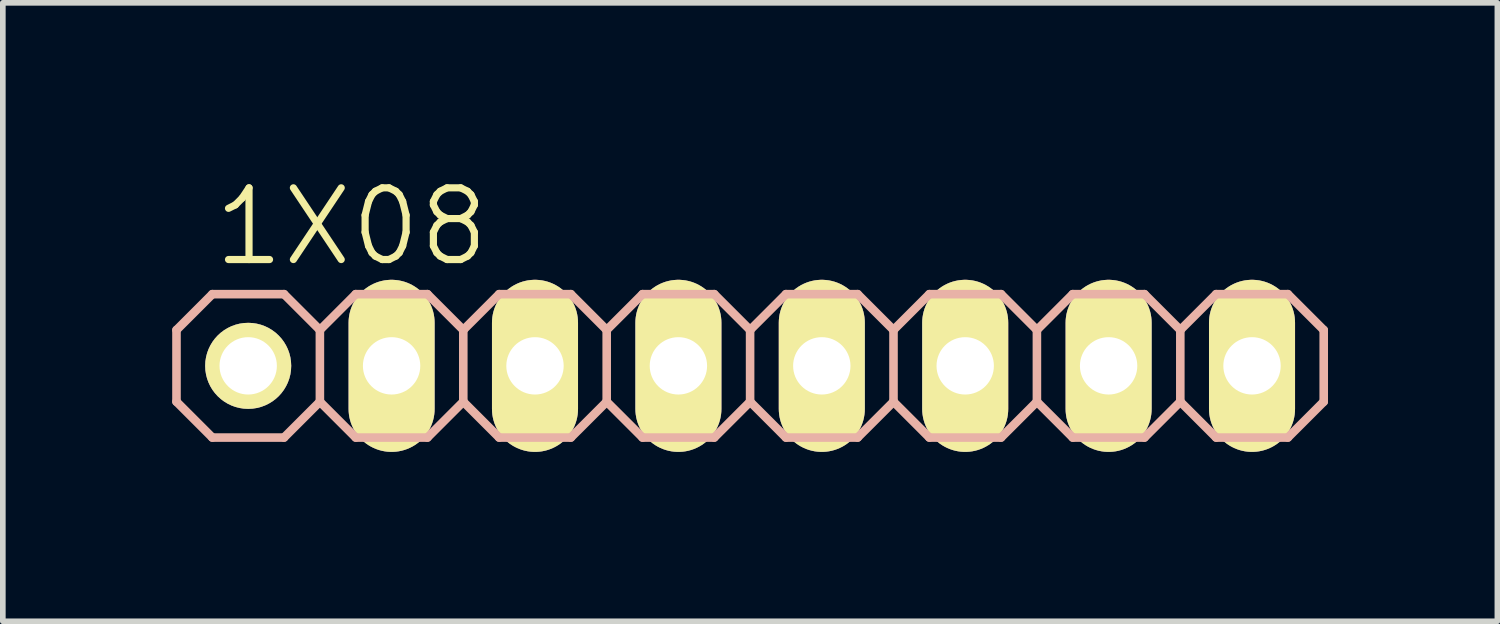
<source format=kicad_pcb>
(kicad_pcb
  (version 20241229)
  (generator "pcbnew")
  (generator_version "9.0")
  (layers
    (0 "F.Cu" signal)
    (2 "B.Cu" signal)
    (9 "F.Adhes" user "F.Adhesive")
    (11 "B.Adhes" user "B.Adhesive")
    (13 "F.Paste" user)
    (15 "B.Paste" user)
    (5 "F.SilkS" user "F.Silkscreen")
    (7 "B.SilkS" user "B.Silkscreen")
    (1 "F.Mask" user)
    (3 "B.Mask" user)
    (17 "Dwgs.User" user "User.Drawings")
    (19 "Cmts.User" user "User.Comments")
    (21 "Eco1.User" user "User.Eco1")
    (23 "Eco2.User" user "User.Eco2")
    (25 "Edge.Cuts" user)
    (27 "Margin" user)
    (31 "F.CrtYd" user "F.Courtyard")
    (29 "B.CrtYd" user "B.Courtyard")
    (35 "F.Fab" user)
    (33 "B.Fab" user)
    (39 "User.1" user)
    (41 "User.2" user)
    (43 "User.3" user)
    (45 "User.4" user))
  (footprint "1X08"
    (layer "F.Cu")
    (at 10.236 3.43)
    (property "Reference" "1X08" (at -7.061 -2.464 0) (layer "F.SilkS") (effects (font (size 1.27 1.27) (thickness 0.127))))
    (attr exclude_from_pos_files exclude_from_bom)
    (fp_line (start -9.144 -0.254) (end -8.636 -0.254) (stroke (width 0.066) (type solid)) (layer "F.SilkS"))
    (fp_line (start -9.144 0.254) (end -9.144 -0.254) (stroke (width 0.066) (type solid)) (layer "F.SilkS"))
    (fp_line (start -9.144 0.254) (end -8.636 0.254) (stroke (width 0.066) (type solid)) (layer "F.SilkS"))
    (fp_line (start -8.636 0.254) (end -8.636 -0.254) (stroke (width 0.066) (type solid)) (layer "F.SilkS"))
    (fp_line (start -6.604 -0.254) (end -6.096 -0.254) (stroke (width 0.066) (type solid)) (layer "F.SilkS"))
    (fp_line (start -6.604 0.254) (end -6.604 -0.254) (stroke (width 0.066) (type solid)) (layer "F.SilkS"))
    (fp_line (start -6.604 0.254) (end -6.096 0.254) (stroke (width 0.066) (type solid)) (layer "F.SilkS"))
    (fp_line (start -6.096 0.254) (end -6.096 -0.254) (stroke (width 0.066) (type solid)) (layer "F.SilkS"))
    (fp_line (start -4.064 -0.254) (end -3.556 -0.254) (stroke (width 0.066) (type solid)) (layer "F.SilkS"))
    (fp_line (start -4.064 0.254) (end -4.064 -0.254) (stroke (width 0.066) (type solid)) (layer "F.SilkS"))
    (fp_line (start -4.064 0.254) (end -3.556 0.254) (stroke (width 0.066) (type solid)) (layer "F.SilkS"))
    (fp_line (start -3.556 0.254) (end -3.556 -0.254) (stroke (width 0.066) (type solid)) (layer "F.SilkS"))
    (fp_line (start -1.524 -0.254) (end -1.016 -0.254) (stroke (width 0.066) (type solid)) (layer "F.SilkS"))
    (fp_line (start -1.524 0.254) (end -1.524 -0.254) (stroke (width 0.066) (type solid)) (layer "F.SilkS"))
    (fp_line (start -1.524 0.254) (end -1.016 0.254) (stroke (width 0.066) (type solid)) (layer "F.SilkS"))
    (fp_line (start -1.016 0.254) (end -1.016 -0.254) (stroke (width 0.066) (type solid)) (layer "F.SilkS"))
    (fp_line (start 1.016 -0.254) (end 1.524 -0.254) (stroke (width 0.066) (type solid)) (layer "F.SilkS"))
    (fp_line (start 1.016 0.254) (end 1.016 -0.254) (stroke (width 0.066) (type solid)) (layer "F.SilkS"))
    (fp_line (start 1.016 0.254) (end 1.524 0.254) (stroke (width 0.066) (type solid)) (layer "F.SilkS"))
    (fp_line (start 1.524 0.254) (end 1.524 -0.254) (stroke (width 0.066) (type solid)) (layer "F.SilkS"))
    (fp_line (start 3.556 -0.254) (end 4.064 -0.254) (stroke (width 0.066) (type solid)) (layer "F.SilkS"))
    (fp_line (start 3.556 0.254) (end 3.556 -0.254) (stroke (width 0.066) (type solid)) (layer "F.SilkS"))
    (fp_line (start 3.556 0.254) (end 4.064 0.254) (stroke (width 0.066) (type solid)) (layer "F.SilkS"))
    (fp_line (start 4.064 0.254) (end 4.064 -0.254) (stroke (width 0.066) (type solid)) (layer "F.SilkS"))
    (fp_line (start 6.096 -0.254) (end 6.604 -0.254) (stroke (width 0.066) (type solid)) (layer "F.SilkS"))
    (fp_line (start 6.096 0.254) (end 6.096 -0.254) (stroke (width 0.066) (type solid)) (layer "F.SilkS"))
    (fp_line (start 6.096 0.254) (end 6.604 0.254) (stroke (width 0.066) (type solid)) (layer "F.SilkS"))
    (fp_line (start 6.604 0.254) (end 6.604 -0.254) (stroke (width 0.066) (type solid)) (layer "F.SilkS"))
    (fp_line (start 8.636 -0.254) (end 9.144 -0.254) (stroke (width 0.066) (type solid)) (layer "F.SilkS"))
    (fp_line (start 8.636 0.254) (end 8.636 -0.254) (stroke (width 0.066) (type solid)) (layer "F.SilkS"))
    (fp_line (start 8.636 0.254) (end 9.144 0.254) (stroke (width 0.066) (type solid)) (layer "F.SilkS"))
    (fp_line (start 9.144 0.254) (end 9.144 -0.254) (stroke (width 0.066) (type solid)) (layer "F.SilkS"))
    (fp_line (start -10.16 -0.635) (end -10.16 0.635) (stroke (width 0.152) (type solid)) (layer "B.SilkS"))
    (fp_line (start -10.16 0.635) (end -9.525 1.27) (stroke (width 0.152) (type solid)) (layer "B.SilkS"))
    (fp_line (start -9.525 -1.27) (end -10.16 -0.635) (stroke (width 0.152) (type solid)) (layer "B.SilkS"))
    (fp_line (start -9.525 -1.27) (end -8.255 -1.27) (stroke (width 0.152) (type solid)) (layer "B.SilkS"))
    (fp_line (start -8.255 -1.27) (end -7.62 -0.635) (stroke (width 0.152) (type solid)) (layer "B.SilkS"))
    (fp_line (start -8.255 1.27) (end -9.525 1.27) (stroke (width 0.152) (type solid)) (layer "B.SilkS"))
    (fp_line (start -7.62 -0.635) (end -7.62 0.635) (stroke (width 0.152) (type solid)) (layer "B.SilkS"))
    (fp_line (start -7.62 -0.635) (end -6.985 -1.27) (stroke (width 0.152) (type solid)) (layer "B.SilkS"))
    (fp_line (start -7.62 0.635) (end -8.255 1.27) (stroke (width 0.152) (type solid)) (layer "B.SilkS"))
    (fp_line (start -6.985 -1.27) (end -5.715 -1.27) (stroke (width 0.152) (type solid)) (layer "B.SilkS"))
    (fp_line (start -6.985 1.27) (end -7.62 0.635) (stroke (width 0.152) (type solid)) (layer "B.SilkS"))
    (fp_line (start -5.715 -1.27) (end -5.08 -0.635) (stroke (width 0.152) (type solid)) (layer "B.SilkS"))
    (fp_line (start -5.715 1.27) (end -6.985 1.27) (stroke (width 0.152) (type solid)) (layer "B.SilkS"))
    (fp_line (start -5.08 -0.635) (end -5.08 0.635) (stroke (width 0.152) (type solid)) (layer "B.SilkS"))
    (fp_line (start -5.08 -0.635) (end -4.445 -1.27) (stroke (width 0.152) (type solid)) (layer "B.SilkS"))
    (fp_line (start -5.08 0.635) (end -5.715 1.27) (stroke (width 0.152) (type solid)) (layer "B.SilkS"))
    (fp_line (start -4.445 -1.27) (end -3.175 -1.27) (stroke (width 0.152) (type solid)) (layer "B.SilkS"))
    (fp_line (start -4.445 1.27) (end -5.08 0.635) (stroke (width 0.152) (type solid)) (layer "B.SilkS"))
    (fp_line (start -3.175 -1.27) (end -2.54 -0.635) (stroke (width 0.152) (type solid)) (layer "B.SilkS"))
    (fp_line (start -3.175 1.27) (end -4.445 1.27) (stroke (width 0.152) (type solid)) (layer "B.SilkS"))
    (fp_line (start -2.54 -0.635) (end -2.54 0.635) (stroke (width 0.152) (type solid)) (layer "B.SilkS"))
    (fp_line (start -2.54 0.635) (end -3.175 1.27) (stroke (width 0.152) (type solid)) (layer "B.SilkS"))
    (fp_line (start -2.54 0.635) (end -1.905 1.27) (stroke (width 0.152) (type solid)) (layer "B.SilkS"))
    (fp_line (start -1.905 -1.27) (end -2.54 -0.635) (stroke (width 0.152) (type solid)) (layer "B.SilkS"))
    (fp_line (start -1.905 -1.27) (end -0.635 -1.27) (stroke (width 0.152) (type solid)) (layer "B.SilkS"))
    (fp_line (start -0.635 -1.27) (end 0 -0.635) (stroke (width 0.152) (type solid)) (layer "B.SilkS"))
    (fp_line (start -0.635 1.27) (end -1.905 1.27) (stroke (width 0.152) (type solid)) (layer "B.SilkS"))
    (fp_line (start 0 -0.635) (end 0 0.635) (stroke (width 0.152) (type solid)) (layer "B.SilkS"))
    (fp_line (start 0 -0.635) (end 0.635 -1.27) (stroke (width 0.152) (type solid)) (layer "B.SilkS"))
    (fp_line (start 0 0.635) (end -0.635 1.27) (stroke (width 0.152) (type solid)) (layer "B.SilkS"))
    (fp_line (start 0.635 -1.27) (end 1.905 -1.27) (stroke (width 0.152) (type solid)) (layer "B.SilkS"))
    (fp_line (start 0.635 1.27) (end 0 0.635) (stroke (width 0.152) (type solid)) (layer "B.SilkS"))
    (fp_line (start 1.905 -1.27) (end 2.54 -0.635) (stroke (width 0.152) (type solid)) (layer "B.SilkS"))
    (fp_line (start 1.905 1.27) (end 0.635 1.27) (stroke (width 0.152) (type solid)) (layer "B.SilkS"))
    (fp_line (start 2.54 -0.635) (end 2.54 0.635) (stroke (width 0.152) (type solid)) (layer "B.SilkS"))
    (fp_line (start 2.54 -0.635) (end 3.175 -1.27) (stroke (width 0.152) (type solid)) (layer "B.SilkS"))
    (fp_line (start 2.54 0.635) (end 1.905 1.27) (stroke (width 0.152) (type solid)) (layer "B.SilkS"))
    (fp_line (start 3.175 -1.27) (end 4.445 -1.27) (stroke (width 0.152) (type solid)) (layer "B.SilkS"))
    (fp_line (start 3.175 1.27) (end 2.54 0.635) (stroke (width 0.152) (type solid)) (layer "B.SilkS"))
    (fp_line (start 4.445 -1.27) (end 5.08 -0.635) (stroke (width 0.152) (type solid)) (layer "B.SilkS"))
    (fp_line (start 4.445 1.27) (end 3.175 1.27) (stroke (width 0.152) (type solid)) (layer "B.SilkS"))
    (fp_line (start 5.08 -0.635) (end 5.08 0.635) (stroke (width 0.152) (type solid)) (layer "B.SilkS"))
    (fp_line (start 5.08 0.635) (end 4.445 1.27) (stroke (width 0.152) (type solid)) (layer "B.SilkS"))
    (fp_line (start 5.08 0.635) (end 5.715 1.27) (stroke (width 0.152) (type solid)) (layer "B.SilkS"))
    (fp_line (start 5.715 -1.27) (end 5.08 -0.635) (stroke (width 0.152) (type solid)) (layer "B.SilkS"))
    (fp_line (start 5.715 -1.27) (end 6.985 -1.27) (stroke (width 0.152) (type solid)) (layer "B.SilkS"))
    (fp_line (start 6.985 -1.27) (end 7.62 -0.635) (stroke (width 0.152) (type solid)) (layer "B.SilkS"))
    (fp_line (start 6.985 1.27) (end 5.715 1.27) (stroke (width 0.152) (type solid)) (layer "B.SilkS"))
    (fp_line (start 7.62 -0.635) (end 7.62 0.635) (stroke (width 0.152) (type solid)) (layer "B.SilkS"))
    (fp_line (start 7.62 0.635) (end 6.985 1.27) (stroke (width 0.152) (type solid)) (layer "B.SilkS"))
    (fp_line (start 7.62 0.635) (end 8.255 1.27) (stroke (width 0.152) (type solid)) (layer "B.SilkS"))
    (fp_line (start 8.255 -1.27) (end 7.62 -0.635) (stroke (width 0.152) (type solid)) (layer "B.SilkS"))
    (fp_line (start 8.255 -1.27) (end 9.525 -1.27) (stroke (width 0.152) (type solid)) (layer "B.SilkS"))
    (fp_line (start 9.525 -1.27) (end 10.16 -0.635) (stroke (width 0.152) (type solid)) (layer "B.SilkS"))
    (fp_line (start 9.525 1.27) (end 8.255 1.27) (stroke (width 0.152) (type solid)) (layer "B.SilkS"))
    (fp_line (start 10.16 -0.635) (end 10.16 0.635) (stroke (width 0.152) (type solid)) (layer "B.SilkS"))
    (fp_line (start 10.16 0.635) (end 9.525 1.27) (stroke (width 0.152) (type solid)) (layer "B.SilkS"))
    (pad "1" thru_hole circle (at -8.89 0) (size 1.524 1.524) (drill 1.016) (layers "*.Cu" "F.Mask" "F.SilkS" "F.Paste"))
    (pad "2" thru_hole oval (at -6.35 0 180) (size 1.524 3.048) (drill 1.016) (layers "*.Cu" "F.Mask" "F.SilkS" "F.Paste"))
    (pad "3" thru_hole oval (at -3.81 0 180) (size 1.524 3.048) (drill 1.016) (layers "*.Cu" "F.Mask" "F.SilkS" "F.Paste"))
    (pad "4" thru_hole oval (at -1.27 0 180) (size 1.524 3.048) (drill 1.016) (layers "*.Cu" "F.Mask" "F.SilkS" "F.Paste"))
    (pad "5" thru_hole oval (at 1.27 0 180) (size 1.524 3.048) (drill 1.016) (layers "*.Cu" "F.Mask" "F.SilkS" "F.Paste"))
    (pad "6" thru_hole oval (at 3.81 0 180) (size 1.524 3.048) (drill 1.016) (layers "*.Cu" "F.Mask" "F.SilkS" "F.Paste"))
    (pad "7" thru_hole oval (at 6.35 0 180) (size 1.524 3.048) (drill 1.016) (layers "*.Cu" "F.Mask" "F.SilkS" "F.Paste"))
    (pad "8" thru_hole oval (at 8.89 0 180) (size 1.524 3.048) (drill 1.016) (layers "*.Cu" "F.Mask" "F.SilkS" "F.Paste")))
  (gr_rect
    (start -3 -3)
    (end 23.472 7.954)
    (stroke (width 0.1) (type default))
    (fill no)
    (layer "Edge.Cuts")))
</source>
